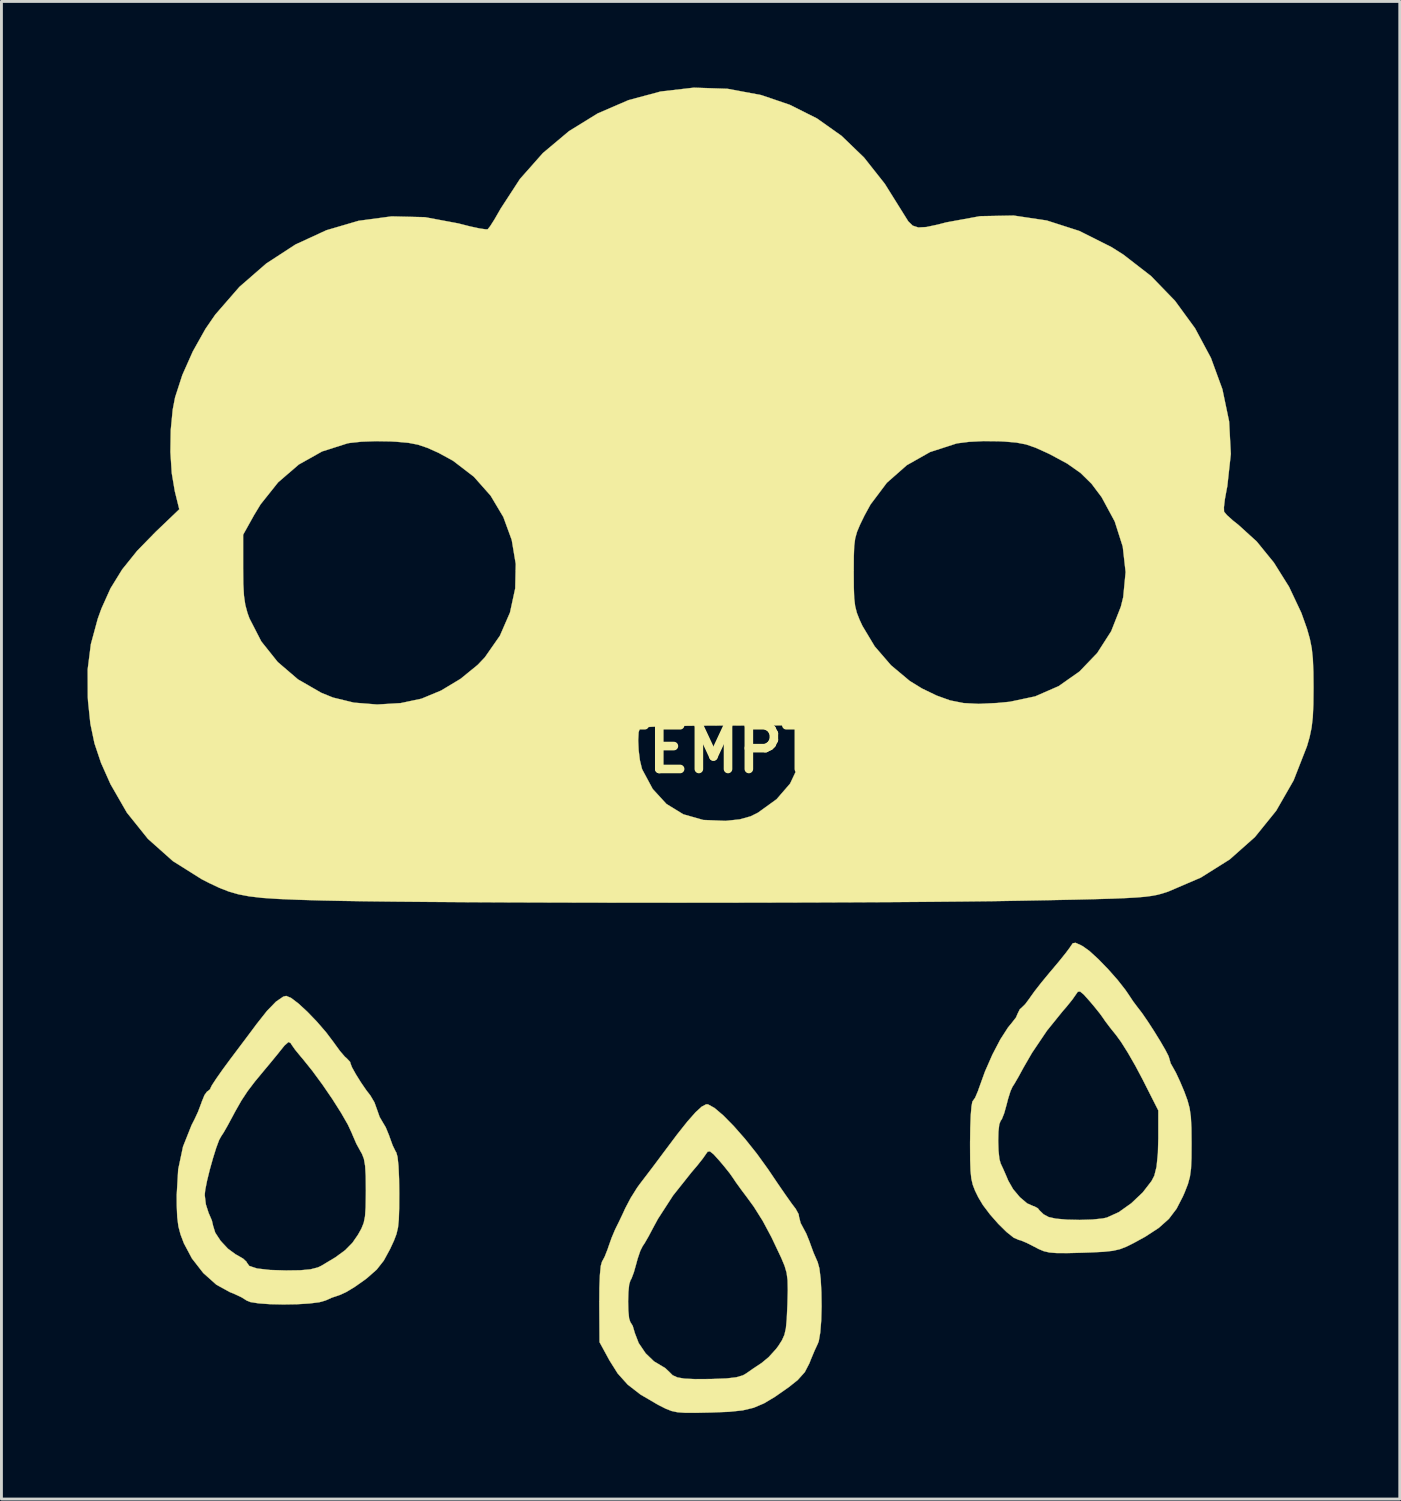
<source format=kicad_pcb>
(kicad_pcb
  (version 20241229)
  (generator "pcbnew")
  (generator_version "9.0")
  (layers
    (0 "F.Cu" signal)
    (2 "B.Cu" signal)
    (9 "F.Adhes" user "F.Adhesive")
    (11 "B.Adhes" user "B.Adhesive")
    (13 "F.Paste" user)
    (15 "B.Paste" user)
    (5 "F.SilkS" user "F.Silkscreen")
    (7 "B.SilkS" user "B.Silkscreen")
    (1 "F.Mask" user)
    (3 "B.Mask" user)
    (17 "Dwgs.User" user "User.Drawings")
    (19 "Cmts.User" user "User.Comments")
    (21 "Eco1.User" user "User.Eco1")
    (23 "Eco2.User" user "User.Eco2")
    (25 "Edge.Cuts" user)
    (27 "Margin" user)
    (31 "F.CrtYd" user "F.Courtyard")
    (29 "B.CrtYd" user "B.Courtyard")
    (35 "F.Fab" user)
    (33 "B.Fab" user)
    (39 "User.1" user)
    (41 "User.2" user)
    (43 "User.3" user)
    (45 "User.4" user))
  (footprint "ATTEMPT2"
    (layer "F.Cu")
    (at 21.375 23.056)
    (property "Reference" "ATTEMPT2" (at 0 0 0) (layer "F.SilkS") (effects (font (size 1.524 1.524) (thickness 0.3))))
    (attr through_hole)
    (fp_poly (pts (xy 0.244 12.375) (xy 0.47 12.5) (xy 0.778 12.761) (xy 1.143 13.132) (xy 1.541 13.585) (xy 1.948 14.095) (xy 2.338 14.635) (xy 2.416 14.75) (xy 2.7 15.171) (xy 2.955 15.54) (xy 3.155 15.823) (xy 3.278 15.986) (xy 3.294 16.004) (xy 3.404 16.203) (xy 3.419 16.3) (xy 3.473 16.511) (xy 3.552 16.659) (xy 3.67 16.88) (xy 3.789 17.174) (xy 3.807 17.228) (xy 3.924 17.547) (xy 4.049 17.833) (xy 4.064 17.863) (xy 4.127 18.09) (xy 4.172 18.46) (xy 4.197 18.92) (xy 4.204 19.419) (xy 4.191 19.904) (xy 4.158 20.323) (xy 4.106 20.625) (xy 4.074 20.711) (xy 3.961 20.954) (xy 3.827 21.274) (xy 3.78 21.395) (xy 3.619 21.706) (xy 3.371 21.983) (xy 3.051 22.237) (xy 2.581 22.565) (xy 2.195 22.796) (xy 1.836 22.948) (xy 1.45 23.04) (xy 0.982 23.089) (xy 0.376 23.113) (xy 0.342 23.114) (xy -0.178 23.125) (xy -0.549 23.124) (xy -0.816 23.105) (xy -1.026 23.06) (xy -1.224 22.982) (xy -1.456 22.865) (xy -1.519 22.831) (xy -2.107 22.487) (xy -2.552 22.142) (xy -2.9 21.755) (xy -3.188 21.297) (xy -3.534 20.662) (xy -3.543 19.325) (xy -3.542 19.243) (xy -2.538 19.243) (xy -2.53 19.569) (xy -2.504 19.831) (xy -2.46 19.966) (xy -2.455 19.97) (xy -2.378 20.094) (xy -2.31 20.323) (xy -2.308 20.334) (xy -2.169 20.695) (xy -1.926 21.052) (xy -1.635 21.332) (xy -1.48 21.424) (xy -1.243 21.567) (xy -1.098 21.704) (xy -0.987 21.815) (xy -0.824 21.89) (xy -0.576 21.933) (xy -0.207 21.95) (xy 0.317 21.947) (xy 0.401 21.945) (xy 0.894 21.926) (xy 1.233 21.886) (xy 1.461 21.819) (xy 1.573 21.755) (xy 1.824 21.58) (xy 2.105 21.394) (xy 2.114 21.388) (xy 2.359 21.185) (xy 2.614 20.904) (xy 2.699 20.791) (xy 2.824 20.595) (xy 2.908 20.407) (xy 2.96 20.179) (xy 2.99 19.86) (xy 3.011 19.401) (xy 3.014 19.336) (xy 3.026 18.852) (xy 3.019 18.507) (xy 2.985 18.245) (xy 2.916 18.008) (xy 2.805 17.741) (xy 2.793 17.714) (xy 2.458 17.007) (xy 2.152 16.435) (xy 1.845 15.947) (xy 1.615 15.631) (xy 1.394 15.336) (xy 1.213 15.085) (xy 1.115 14.938) (xy 1.004 14.78) (xy 0.811 14.539) (xy 0.653 14.351) (xy 0.441 14.116) (xy 0.313 14.014) (xy 0.233 14.026) (xy 0.181 14.098) (xy 0.065 14.264) (xy -0.134 14.515) (xy -0.326 14.74) (xy -0.97 15.55) (xy -1.498 16.366) (xy -1.667 16.678) (xy -1.826 16.978) (xy -1.964 17.217) (xy -2.03 17.314) (xy -2.113 17.479) (xy -2.207 17.757) (xy -2.253 17.928) (xy -2.337 18.226) (xy -2.419 18.445) (xy -2.456 18.508) (xy -2.501 18.65) (xy -2.528 18.916) (xy -2.538 19.243) (xy -3.542 19.243) (xy -3.539 18.768) (xy -3.521 18.318) (xy -3.49 18.005) (xy -3.449 17.86) (xy -3.356 17.688) (xy -3.25 17.42) (xy -3.224 17.34) (xy -3.112 17.024) (xy -2.994 16.745) (xy -2.975 16.705) (xy -2.858 16.469) (xy -2.708 16.153) (xy -2.64 16.003) (xy -2.449 15.639) (xy -2.222 15.277) (xy -2.147 15.173) (xy -1.942 14.904) (xy -1.763 14.669) (xy -1.714 14.605) (xy -1.563 14.404) (xy -1.364 14.137) (xy -1.295 14.044) (xy -0.836 13.432) (xy -0.47 12.971) (xy -0.186 12.65) (xy 0.026 12.456) (xy 0.18 12.375) (xy 0.244 12.375)) (stroke (width 0.01) (type solid)) (fill yes) (layer "F.SilkS"))
    (fp_poly (pts (xy 13.239 6.83) (xy 13.308 6.867) (xy 13.542 7.036) (xy 13.849 7.317) (xy 14.188 7.666) (xy 14.516 8.037) (xy 14.79 8.386) (xy 14.901 8.548) (xy 15.064 8.793) (xy 15.206 8.982) (xy 15.211 8.988) (xy 15.368 9.192) (xy 15.571 9.487) (xy 15.792 9.828) (xy 16.004 10.172) (xy 16.179 10.473) (xy 16.29 10.688) (xy 16.315 10.763) (xy 16.367 10.946) (xy 16.449 11.091) (xy 16.553 11.278) (xy 16.694 11.581) (xy 16.84 11.926) (xy 16.953 12.233) (xy 17.028 12.51) (xy 17.071 12.814) (xy 17.091 13.201) (xy 17.096 13.726) (xy 17.096 13.733) (xy 17.093 14.244) (xy 17.077 14.614) (xy 17.038 14.899) (xy 16.969 15.153) (xy 16.86 15.432) (xy 16.795 15.582) (xy 16.573 16.013) (xy 16.305 16.367) (xy 15.954 16.68) (xy 15.48 16.989) (xy 15.078 17.209) (xy 14.823 17.336) (xy 14.598 17.423) (xy 14.353 17.479) (xy 14.039 17.513) (xy 13.607 17.535) (xy 13.286 17.546) (xy 12.77 17.559) (xy 12.405 17.558) (xy 12.145 17.538) (xy 11.947 17.492) (xy 11.765 17.416) (xy 11.625 17.342) (xy 11.352 17.203) (xy 11.141 17.115) (xy 11.074 17.099) (xy 10.898 17.022) (xy 10.648 16.823) (xy 10.362 16.541) (xy 10.075 16.215) (xy 9.825 15.884) (xy 9.666 15.619) (xy 9.551 15.384) (xy 9.472 15.179) (xy 9.422 14.963) (xy 9.394 14.69) (xy 9.381 14.318) (xy 9.378 13.802) (xy 9.378 13.685) (xy 9.379 13.656) (xy 10.358 13.656) (xy 10.369 13.992) (xy 10.399 14.276) (xy 10.443 14.435) (xy 10.533 14.627) (xy 10.657 14.911) (xy 10.706 15.03) (xy 10.876 15.329) (xy 11.112 15.61) (xy 11.364 15.825) (xy 11.581 15.922) (xy 11.605 15.924) (xy 11.742 15.999) (xy 11.792 16.065) (xy 11.939 16.207) (xy 12.115 16.303) (xy 12.37 16.359) (xy 12.754 16.393) (xy 13.198 16.403) (xy 13.636 16.39) (xy 14.001 16.352) (xy 14.143 16.321) (xy 14.558 16.133) (xy 14.995 15.823) (xy 15.396 15.443) (xy 15.701 15.048) (xy 15.798 14.862) (xy 15.876 14.55) (xy 15.923 14.074) (xy 15.937 13.56) (xy 15.937 12.588) (xy 15.384 11.496) (xy 15.135 11.027) (xy 14.877 10.578) (xy 14.641 10.203) (xy 14.474 9.973) (xy 14.259 9.705) (xy 14.086 9.476) (xy 14.019 9.377) (xy 13.903 9.215) (xy 13.706 8.97) (xy 13.548 8.783) (xy 13.337 8.547) (xy 13.211 8.444) (xy 13.132 8.453) (xy 13.069 8.543) (xy 12.943 8.723) (xy 12.74 8.975) (xy 12.606 9.129) (xy 12.058 9.807) (xy 11.538 10.578) (xy 11.237 11.099) (xy 11.07 11.406) (xy 10.93 11.648) (xy 10.856 11.763) (xy 10.787 11.914) (xy 10.702 12.184) (xy 10.651 12.383) (xy 10.569 12.679) (xy 10.486 12.89) (xy 10.443 12.95) (xy 10.395 13.073) (xy 10.366 13.329) (xy 10.358 13.656) (xy 9.379 13.656) (xy 9.385 13.189) (xy 9.401 12.764) (xy 9.427 12.45) (xy 9.458 12.282) (xy 9.469 12.265) (xy 9.555 12.142) (xy 9.654 11.909) (xy 9.676 11.844) (xy 9.896 11.235) (xy 10.156 10.642) (xy 10.433 10.112) (xy 10.701 9.696) (xy 10.83 9.539) (xy 10.978 9.349) (xy 11.039 9.206) (xy 11.112 9.06) (xy 11.164 9.017) (xy 11.299 8.885) (xy 11.46 8.668) (xy 11.474 8.646) (xy 11.625 8.435) (xy 11.861 8.133) (xy 12.138 7.797) (xy 12.219 7.702) (xy 12.485 7.385) (xy 12.709 7.106) (xy 12.854 6.912) (xy 12.879 6.872) (xy 12.957 6.761) (xy 13.055 6.747) (xy 13.239 6.83)) (stroke (width 0.01) (type solid)) (fill yes) (layer "F.SilkS"))
    (fp_poly (pts (xy -14.28 8.669) (xy -14.024 8.864) (xy -13.714 9.15) (xy -13.383 9.494) (xy -13.063 9.864) (xy -12.788 10.228) (xy -12.77 10.255) (xy -12.578 10.518) (xy -12.411 10.713) (xy -12.34 10.775) (xy -12.224 10.899) (xy -12.212 10.948) (xy -12.16 11.085) (xy -12.027 11.324) (xy -11.849 11.61) (xy -11.658 11.888) (xy -11.521 12.065) (xy -11.377 12.308) (xy -11.289 12.553) (xy -11.197 12.815) (xy -11.093 12.993) (xy -10.983 13.178) (xy -10.869 13.455) (xy -10.843 13.53) (xy -10.741 13.81) (xy -10.639 14.019) (xy -10.616 14.052) (xy -10.573 14.205) (xy -10.539 14.524) (xy -10.519 14.977) (xy -10.513 15.469) (xy -10.516 15.999) (xy -10.528 16.381) (xy -10.556 16.664) (xy -10.61 16.896) (xy -10.697 17.125) (xy -10.824 17.399) (xy -10.827 17.407) (xy -11.051 17.819) (xy -11.299 18.134) (xy -11.639 18.433) (xy -11.736 18.506) (xy -12.06 18.734) (xy -12.358 18.915) (xy -12.569 19.013) (xy -12.582 19.017) (xy -12.868 19.114) (xy -13.084 19.211) (xy -13.3 19.272) (xy -13.648 19.315) (xy -14.081 19.341) (xy -14.55 19.349) (xy -15.008 19.339) (xy -15.407 19.311) (xy -15.7 19.265) (xy -15.83 19.212) (xy -16.005 19.101) (xy -16.282 18.971) (xy -16.416 18.919) (xy -16.886 18.66) (xy -17.341 18.254) (xy -17.737 17.745) (xy -18.016 17.221) (xy -18.133 16.913) (xy -18.208 16.63) (xy -18.249 16.311) (xy -18.266 15.897) (xy -18.268 15.548) (xy -18.267 15.528) (xy -17.292 15.528) (xy -17.252 15.86) (xy -17.155 16.163) (xy -17.146 16.181) (xy -17.042 16.424) (xy -16.999 16.609) (xy -16.925 16.847) (xy -16.737 17.133) (xy -16.483 17.405) (xy -16.213 17.604) (xy -16.174 17.624) (xy -15.953 17.751) (xy -15.833 17.863) (xy -15.826 17.885) (xy -15.737 18.008) (xy -15.467 18.095) (xy -15.013 18.147) (xy -14.458 18.164) (xy -13.958 18.157) (xy -13.605 18.124) (xy -13.352 18.059) (xy -13.227 18) (xy -12.743 17.71) (xy -12.397 17.456) (xy -12.145 17.2) (xy -11.951 16.919) (xy -11.83 16.702) (xy -11.751 16.504) (xy -11.705 16.274) (xy -11.684 15.962) (xy -11.677 15.518) (xy -11.676 15.382) (xy -11.681 14.874) (xy -11.702 14.518) (xy -11.745 14.273) (xy -11.814 14.096) (xy -11.852 14.032) (xy -12.007 13.749) (xy -12.148 13.424) (xy -12.159 13.394) (xy -12.301 13.087) (xy -12.539 12.672) (xy -12.844 12.191) (xy -13.189 11.687) (xy -13.545 11.203) (xy -13.884 10.782) (xy -13.95 10.705) (xy -14.14 10.474) (xy -14.271 10.287) (xy -14.294 10.243) (xy -14.371 10.203) (xy -14.513 10.328) (xy -14.574 10.403) (xy -14.766 10.643) (xy -15.018 10.95) (xy -15.191 11.157) (xy -15.54 11.578) (xy -15.8 11.92) (xy -16.014 12.245) (xy -16.226 12.618) (xy -16.322 12.798) (xy -16.492 13.113) (xy -16.631 13.356) (xy -16.71 13.477) (xy -16.714 13.482) (xy -16.789 13.617) (xy -16.891 13.891) (xy -17.004 14.254) (xy -17.116 14.653) (xy -17.21 15.036) (xy -17.273 15.354) (xy -17.292 15.528) (xy -18.267 15.528) (xy -18.216 14.644) (xy -18.048 13.849) (xy -17.751 13.102) (xy -17.645 12.895) (xy -17.524 12.634) (xy -17.405 12.319) (xy -17.394 12.285) (xy -17.299 12.052) (xy -17.207 11.926) (xy -17.186 11.918) (xy -17.099 11.844) (xy -17.096 11.821) (xy -17.04 11.709) (xy -16.888 11.477) (xy -16.663 11.157) (xy -16.389 10.785) (xy -16.388 10.784) (xy -16.091 10.389) (xy -15.818 10.026) (xy -15.603 9.739) (xy -15.484 9.578) (xy -15.122 9.12) (xy -14.807 8.796) (xy -14.556 8.623) (xy -14.451 8.597) (xy -14.28 8.669)) (stroke (width 0.01) (type solid)) (fill yes) (layer "F.SilkS"))
    (fp_poly (pts (xy 0.926 -23.012) (xy 2.1 -22.793) (xy 3.096 -22.454) (xy 4.043 -21.979) (xy 4.9 -21.372) (xy 5.683 -20.617) (xy 6.408 -19.699) (xy 7.073 -18.635) (xy 7.225 -18.392) (xy 7.379 -18.243) (xy 7.574 -18.18) (xy 7.852 -18.195) (xy 8.253 -18.28) (xy 8.548 -18.357) (xy 9.728 -18.573) (xy 10.896 -18.595) (xy 12.049 -18.423) (xy 13.185 -18.058) (xy 14.299 -17.499) (xy 14.715 -17.237) (xy 15.681 -16.489) (xy 16.518 -15.625) (xy 17.218 -14.666) (xy 17.772 -13.631) (xy 18.17 -12.543) (xy 18.404 -11.422) (xy 18.464 -10.288) (xy 18.341 -9.163) (xy 18.32 -9.058) (xy 18.256 -8.708) (xy 18.223 -8.428) (xy 18.228 -8.276) (xy 18.228 -8.276) (xy 18.328 -8.156) (xy 18.536 -7.969) (xy 18.73 -7.815) (xy 19.368 -7.235) (xy 19.965 -6.501) (xy 20.493 -5.658) (xy 20.922 -4.748) (xy 21.117 -4.201) (xy 21.216 -3.851) (xy 21.283 -3.519) (xy 21.322 -3.151) (xy 21.341 -2.691) (xy 21.346 -2.149) (xy 21.34 -1.56) (xy 21.32 -1.113) (xy 21.278 -0.751) (xy 21.209 -0.422) (xy 21.117 -0.102) (xy 20.651 1.088) (xy 20.045 2.144) (xy 19.302 3.063) (xy 18.425 3.841) (xy 17.416 4.475) (xy 16.28 4.962) (xy 16.217 4.983) (xy 16.059 5.033) (xy 15.896 5.076) (xy 15.709 5.111) (xy 15.481 5.141) (xy 15.19 5.166) (xy 14.819 5.187) (xy 14.349 5.207) (xy 13.759 5.224) (xy 13.031 5.242) (xy 12.146 5.26) (xy 11.089 5.28) (xy 10.198 5.295) (xy 9.154 5.307) (xy 7.976 5.318) (xy 6.683 5.328) (xy 5.294 5.335) (xy 3.83 5.341) (xy 2.31 5.345) (xy 0.752 5.348) (xy -0.822 5.349) (xy -2.395 5.348) (xy -3.946 5.346) (xy -5.456 5.342) (xy -6.905 5.337) (xy -8.274 5.33) (xy -9.544 5.321) (xy -10.694 5.311) (xy -11.706 5.299) (xy -12.56 5.285) (xy -13.188 5.272) (xy -14.042 5.247) (xy -14.731 5.218) (xy -15.287 5.181) (xy -15.739 5.128) (xy -16.119 5.056) (xy -16.458 4.958) (xy -16.787 4.829) (xy -17.136 4.664) (xy -17.401 4.528) (xy -18.401 3.899) (xy -19.269 3.126) (xy -20.004 2.21) (xy -20.573 1.221) (xy -20.905 0.476) (xy -21.132 -0.2) (xy -21.155 -0.308) (xy -2.187 -0.308) (xy -2.171 0.037) (xy -2.128 0.383) (xy -2.06 0.666) (xy -2.045 0.709) (xy -1.68 1.388) (xy -1.202 1.909) (xy -0.614 2.269) (xy 0.08 2.466) (xy 0.858 2.498) (xy 1.353 2.445) (xy 1.732 2.339) (xy 1.987 2.212) (xy 2.636 1.743) (xy 3.106 1.2) (xy 3.395 0.588) (xy 3.502 -0.091) (xy 3.498 -0.31) (xy 3.468 -0.83) (xy 0.71 -0.824) (xy -0.006 -0.82) (xy -0.658 -0.812) (xy -1.22 -0.799) (xy -1.668 -0.783) (xy -1.976 -0.765) (xy -2.117 -0.746) (xy -2.123 -0.743) (xy -2.172 -0.589) (xy -2.187 -0.308) (xy -21.155 -0.308) (xy -21.276 -0.888) (xy -21.357 -1.669) (xy -21.366 -1.819) (xy -21.37 -2.78) (xy -21.259 -3.659) (xy -21.019 -4.544) (xy -20.892 -4.896) (xy -20.574 -5.604) (xy -20.169 -6.261) (xy -20.137 -6.301) (xy -15.953 -6.301) (xy -15.947 -5.755) (xy -15.924 -5.35) (xy -15.878 -5.032) (xy -15.802 -4.749) (xy -15.734 -4.56) (xy -15.32 -3.755) (xy -14.748 -3.038) (xy -14.041 -2.432) (xy -13.226 -1.963) (xy -12.82 -1.799) (xy -12.093 -1.622) (xy -11.282 -1.557) (xy -10.463 -1.606) (xy -9.74 -1.759) (xy -9.054 -2.044) (xy -8.375 -2.453) (xy -7.779 -2.939) (xy -7.531 -3.2) (xy -7.005 -3.954) (xy -6.654 -4.762) (xy -6.472 -5.603) (xy -6.46 -6.16) (xy 5.324 -6.16) (xy 5.327 -5.64) (xy 5.34 -5.266) (xy 5.373 -4.987) (xy 5.432 -4.753) (xy 5.526 -4.513) (xy 5.626 -4.297) (xy 6.055 -3.582) (xy 6.622 -2.925) (xy 7.276 -2.377) (xy 7.704 -2.114) (xy 8.217 -1.867) (xy 8.681 -1.7) (xy 9.15 -1.607) (xy 9.675 -1.579) (xy 10.307 -1.609) (xy 10.76 -1.652) (xy 11.647 -1.84) (xy 12.464 -2.197) (xy 13.191 -2.708) (xy 13.808 -3.351) (xy 14.295 -4.11) (xy 14.632 -4.966) (xy 14.714 -5.297) (xy 14.798 -6.171) (xy 14.698 -7.06) (xy 14.418 -7.937) (xy 13.965 -8.776) (xy 13.956 -8.79) (xy 13.61 -9.25) (xy 13.229 -9.624) (xy 12.763 -9.952) (xy 12.164 -10.275) (xy 12.055 -10.327) (xy 11.653 -10.508) (xy 11.324 -10.621) (xy 10.987 -10.685) (xy 10.565 -10.721) (xy 10.369 -10.73) (xy 9.845 -10.736) (xy 9.341 -10.71) (xy 8.938 -10.659) (xy 8.9 -10.651) (xy 7.985 -10.355) (xy 7.174 -9.897) (xy 6.478 -9.284) (xy 5.909 -8.527) (xy 5.699 -8.144) (xy 5.544 -7.825) (xy 5.439 -7.575) (xy 5.374 -7.343) (xy 5.34 -7.076) (xy 5.327 -6.724) (xy 5.324 -6.235) (xy 5.324 -6.16) (xy -6.46 -6.16) (xy -6.453 -6.454) (xy -6.593 -7.29) (xy -6.886 -8.091) (xy -7.328 -8.833) (xy -7.912 -9.493) (xy -8.635 -10.048) (xy -9.142 -10.326) (xy -9.532 -10.5) (xy -9.858 -10.611) (xy -10.196 -10.676) (xy -10.623 -10.714) (xy -10.829 -10.725) (xy -11.335 -10.733) (xy -11.83 -10.715) (xy -12.232 -10.672) (xy -12.316 -10.657) (xy -13.202 -10.375) (xy -14.013 -9.92) (xy -14.732 -9.301) (xy -15.345 -8.532) (xy -15.572 -8.157) (xy -15.953 -7.473) (xy -15.953 -6.301) (xy -20.137 -6.301) (xy -19.647 -6.911) (xy -19 -7.574) (xy -18.178 -8.359) (xy -18.334 -8.991) (xy -18.44 -9.62) (xy -18.487 -10.357) (xy -18.475 -11.122) (xy -18.406 -11.836) (xy -18.324 -12.26) (xy -18.071 -13.04) (xy -17.705 -13.862) (xy -17.266 -14.645) (xy -16.924 -15.142) (xy -16.083 -16.109) (xy -15.145 -16.925) (xy -14.13 -17.586) (xy -13.052 -18.083) (xy -11.93 -18.412) (xy -10.779 -18.566) (xy -9.617 -18.538) (xy -8.46 -18.322) (xy -8.452 -18.32) (xy -8.047 -18.217) (xy -7.712 -18.145) (xy -7.491 -18.114) (xy -7.43 -18.118) (xy -7.345 -18.224) (xy -7.197 -18.457) (xy -7.017 -18.769) (xy -6.982 -18.831) (xy -6.307 -19.869) (xy -5.506 -20.774) (xy -4.597 -21.537) (xy -3.599 -22.153) (xy -2.529 -22.615) (xy -1.407 -22.917) (xy -0.249 -23.051) (xy 0.926 -23.012)) (stroke (width 0.01) (type solid)) (fill yes) (layer "F.SilkS")))
  (gr_rect
    (start -3 -3)
    (end 45.726 49.186)
    (stroke (width 0.1) (type default))
    (fill no)
    (layer "Edge.Cuts")))
</source>
